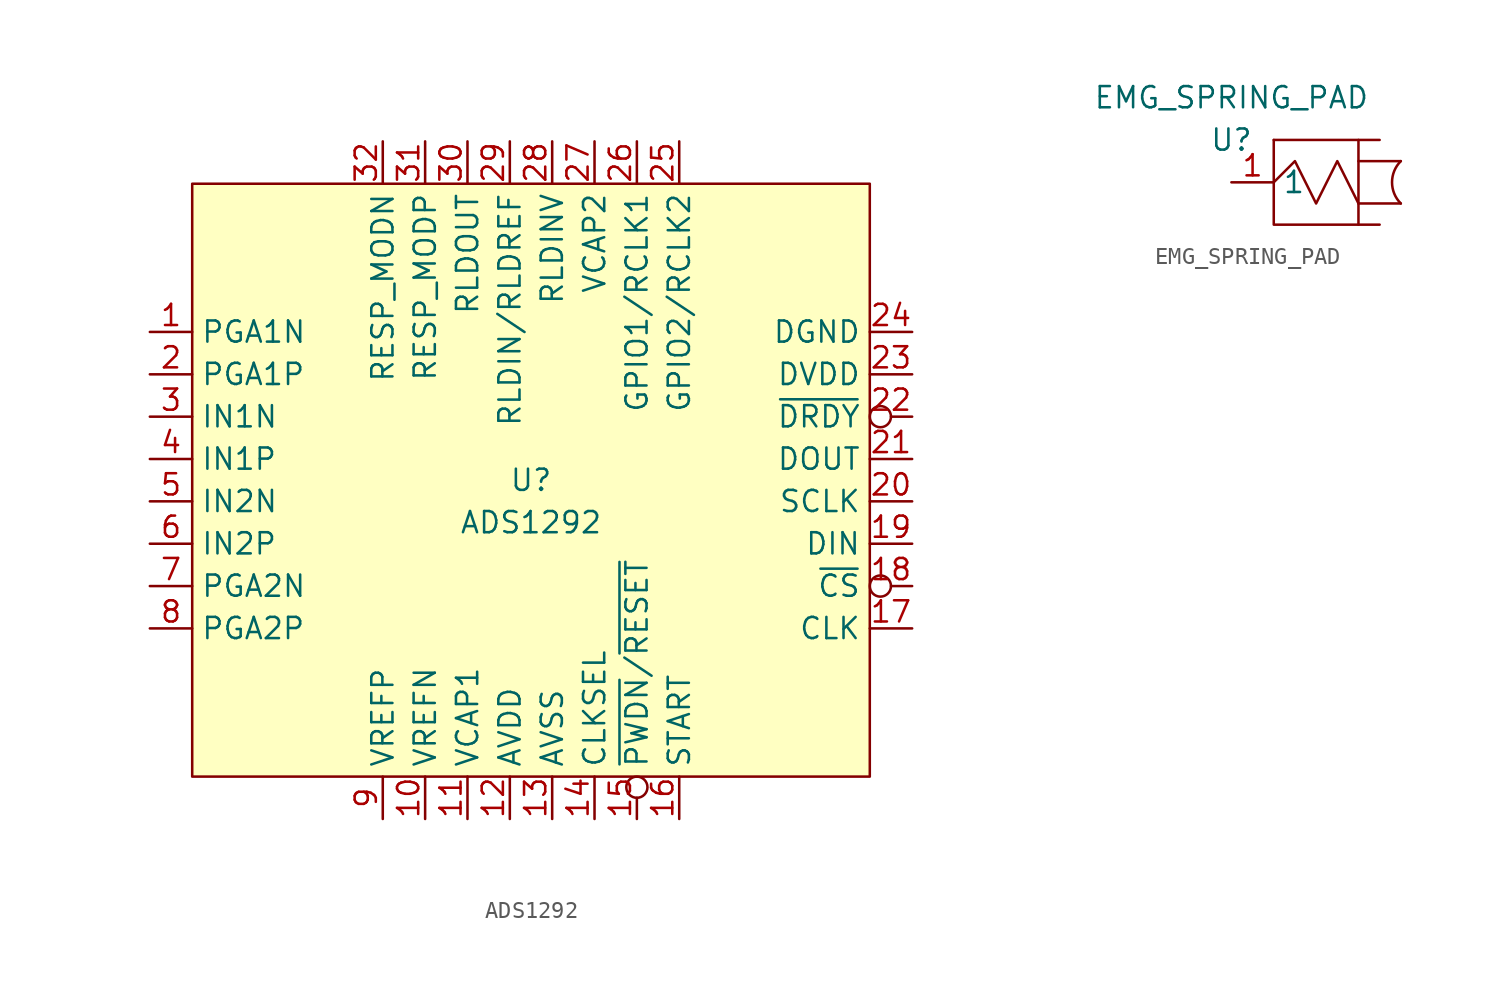
<source format=kicad_sym>
(kicad_symbol_lib
  (version 20211014)
  (generator kicad_symbol_editor)
  (symbol "ADS1292"
    (property "Reference" "U"
      (at 0 0 0)
      (effects (font (size 1.27 1.27))))
    (property "Value" "ADS1292"
      (at 0 -2.54 0)
      (effects (font (size 1.27 1.27))))
    (symbol "ADS1292_0_1"
      (rectangle (start -20.32 17.78) (end 20.32 -17.78) (stroke (width 0.152) (type default) (color 0 0 0 0)) (fill (type background))))
    (symbol "ADS1292_1_1"
      (pin output line (at -22.86 8.89 0) (length 2.54) (name "PGA1N" (effects (font (size 1.27 1.27)))) (number "1" (effects (font (size 1.27 1.27)))))
      (pin input line (at -6.35 -20.32 90) (length 2.54) (name "VREFN" (effects (font (size 1.27 1.27)))) (number "10" (effects (font (size 1.27 1.27)))))
      (pin bidirectional line (at -3.81 -20.32 90) (length 2.54) (name "VCAP1" (effects (font (size 1.27 1.27)))) (number "11" (effects (font (size 1.27 1.27)))))
      (pin power_in line (at -1.27 -20.32 90) (length 2.54) (name "AVDD" (effects (font (size 1.27 1.27)))) (number "12" (effects (font (size 1.27 1.27)))))
      (pin power_in line (at 1.27 -20.32 90) (length 2.54) (name "AVSS" (effects (font (size 1.27 1.27)))) (number "13" (effects (font (size 1.27 1.27)))))
      (pin input line (at 3.81 -20.32 90) (length 2.54) (name "CLKSEL" (effects (font (size 1.27 1.27)))) (number "14" (effects (font (size 1.27 1.27)))))
      (pin input inverted (at 6.35 -20.32 90) (length 2.54) (name "~{PWDN}/~{RESET}" (effects (font (size 1.27 1.27)))) (number "15" (effects (font (size 1.27 1.27)))))
      (pin input line (at 8.89 -20.32 90) (length 2.54) (name "START" (effects (font (size 1.27 1.27)))) (number "16" (effects (font (size 1.27 1.27)))))
      (pin input line (at 22.86 -8.89 180) (length 2.54) (name "CLK" (effects (font (size 1.27 1.27)))) (number "17" (effects (font (size 1.27 1.27)))))
      (pin input inverted (at 22.86 -6.35 180) (length 2.54) (name "~{CS}" (effects (font (size 1.27 1.27)))) (number "18" (effects (font (size 1.27 1.27)))))
      (pin input line (at 22.86 -3.81 180) (length 2.54) (name "DIN" (effects (font (size 1.27 1.27)))) (number "19" (effects (font (size 1.27 1.27)))))
      (pin output line (at -22.86 6.35 0) (length 2.54) (name "PGA1P" (effects (font (size 1.27 1.27)))) (number "2" (effects (font (size 1.27 1.27)))))
      (pin input line (at 22.86 -1.27 180) (length 2.54) (name "SCLK" (effects (font (size 1.27 1.27)))) (number "20" (effects (font (size 1.27 1.27)))))
      (pin output line (at 22.86 1.27 180) (length 2.54) (name "DOUT" (effects (font (size 1.27 1.27)))) (number "21" (effects (font (size 1.27 1.27)))))
      (pin output inverted (at 22.86 3.81 180) (length 2.54) (name "~{DRDY}" (effects (font (size 1.27 1.27)))) (number "22" (effects (font (size 1.27 1.27)))))
      (pin power_in line (at 22.86 6.35 180) (length 2.54) (name "DVDD" (effects (font (size 1.27 1.27)))) (number "23" (effects (font (size 1.27 1.27)))))
      (pin power_in line (at 22.86 8.89 180) (length 2.54) (name "DGND" (effects (font (size 1.27 1.27)))) (number "24" (effects (font (size 1.27 1.27)))))
      (pin bidirectional line (at 8.89 20.32 270) (length 2.54) (name "GPIO2/RCLK2" (effects (font (size 1.27 1.27)))) (number "25" (effects (font (size 1.27 1.27)))))
      (pin bidirectional line (at 6.35 20.32 270) (length 2.54) (name "GPIO1/RCLK1" (effects (font (size 1.27 1.27)))) (number "26" (effects (font (size 1.27 1.27)))))
      (pin bidirectional line (at 3.81 20.32 270) (length 2.54) (name "VCAP2" (effects (font (size 1.27 1.27)))) (number "27" (effects (font (size 1.27 1.27)))))
      (pin input line (at 1.27 20.32 270) (length 2.54) (name "RLDINV" (effects (font (size 1.27 1.27)))) (number "28" (effects (font (size 1.27 1.27)))))
      (pin input line (at -1.27 20.32 270) (length 2.54) (name "RLDIN/RLDREF" (effects (font (size 1.27 1.27)))) (number "29" (effects (font (size 1.27 1.27)))))
      (pin input line (at -22.86 3.81 0) (length 2.54) (name "IN1N" (effects (font (size 1.27 1.27)))) (number "3" (effects (font (size 1.27 1.27)))))
      (pin output line (at -3.81 20.32 270) (length 2.54) (name "RLDOUT" (effects (font (size 1.27 1.27)))) (number "30" (effects (font (size 1.27 1.27)))))
      (pin bidirectional line (at -6.35 20.32 270) (length 2.54) (name "RESP_MODP" (effects (font (size 1.27 1.27)))) (number "31" (effects (font (size 1.27 1.27)))))
      (pin bidirectional line (at -8.89 20.32 270) (length 2.54) (name "RESP_MODN" (effects (font (size 1.27 1.27)))) (number "32" (effects (font (size 1.27 1.27)))))
      (pin input line (at -22.86 1.27 0) (length 2.54) (name "IN1P" (effects (font (size 1.27 1.27)))) (number "4" (effects (font (size 1.27 1.27)))))
      (pin input line (at -22.86 -1.27 0) (length 2.54) (name "IN2N" (effects (font (size 1.27 1.27)))) (number "5" (effects (font (size 1.27 1.27)))))
      (pin input line (at -22.86 -3.81 0) (length 2.54) (name "IN2P" (effects (font (size 1.27 1.27)))) (number "6" (effects (font (size 1.27 1.27)))))
      (pin output line (at -22.86 -6.35 0) (length 2.54) (name "PGA2N" (effects (font (size 1.27 1.27)))) (number "7" (effects (font (size 1.27 1.27)))))
      (pin output line (at -22.86 -8.89 0) (length 2.54) (name "PGA2P" (effects (font (size 1.27 1.27)))) (number "8" (effects (font (size 1.27 1.27)))))
      (pin bidirectional line (at -8.89 -20.32 90) (length 2.54) (name "VREFP" (effects (font (size 1.27 1.27)))) (number "9" (effects (font (size 1.27 1.27)))))))
  (symbol "EMG_SPRING_PAD"
    (property "Reference" "U"
      (at 0 0 0)
      (effects (font (size 1.27 1.27))))
    (property "Value" "EMG_SPRING_PAD"
      (at 0 2.54 0)
      (effects (font (size 1.27 1.27))))
    (symbol "EMG_SPRING_PAD_0_1"
      (polyline (pts (xy 2.54 0) (xy 8.89 0)) (stroke (width 0.152) (type default) (color 0 0 0 0)) (fill (type none)))
      (polyline (pts (xy 7.62 -3.81) (xy 10.16 -3.81)) (stroke (width 0.152) (type default) (color 0 0 0 0)) (fill (type none)))
      (polyline (pts (xy 7.62 -1.27) (xy 10.16 -1.27)) (stroke (width 0.152) (type default) (color 0 0 0 0)) (fill (type none)))
      (polyline (pts (xy 7.62 0) (xy 7.62 -5.08)) (stroke (width 0.152) (type default) (color 0 0 0 0)) (fill (type none)))
      (polyline (pts (xy 2.54 0) (xy 2.54 -5.08) (xy 8.89 -5.08)) (stroke (width 0.152) (type default) (color 0 0 0 0)) (fill (type none)))
      (polyline (pts (xy 2.54 -2.54) (xy 3.81 -1.27) (xy 5.08 -3.81) (xy 6.35 -1.27) (xy 7.62 -3.81)) (stroke (width 0.152) (type default) (color 0 0 0 0)) (fill (type none)))
      (arc (start 10.16 -1.27) (mid 7.0938 -2.54) (end 10.16 -3.81) (stroke (width 0.1524) (type default) (color 0 0 0 0)) (fill (type none))))
    (symbol "EMG_SPRING_PAD_1_1"
      (pin bidirectional line (at 0 -2.54 0) (length 2.54) (name "1" (effects (font (size 1.27 1.27)))) (number "1" (effects (font (size 1.27 1.27))))))))
</source>
